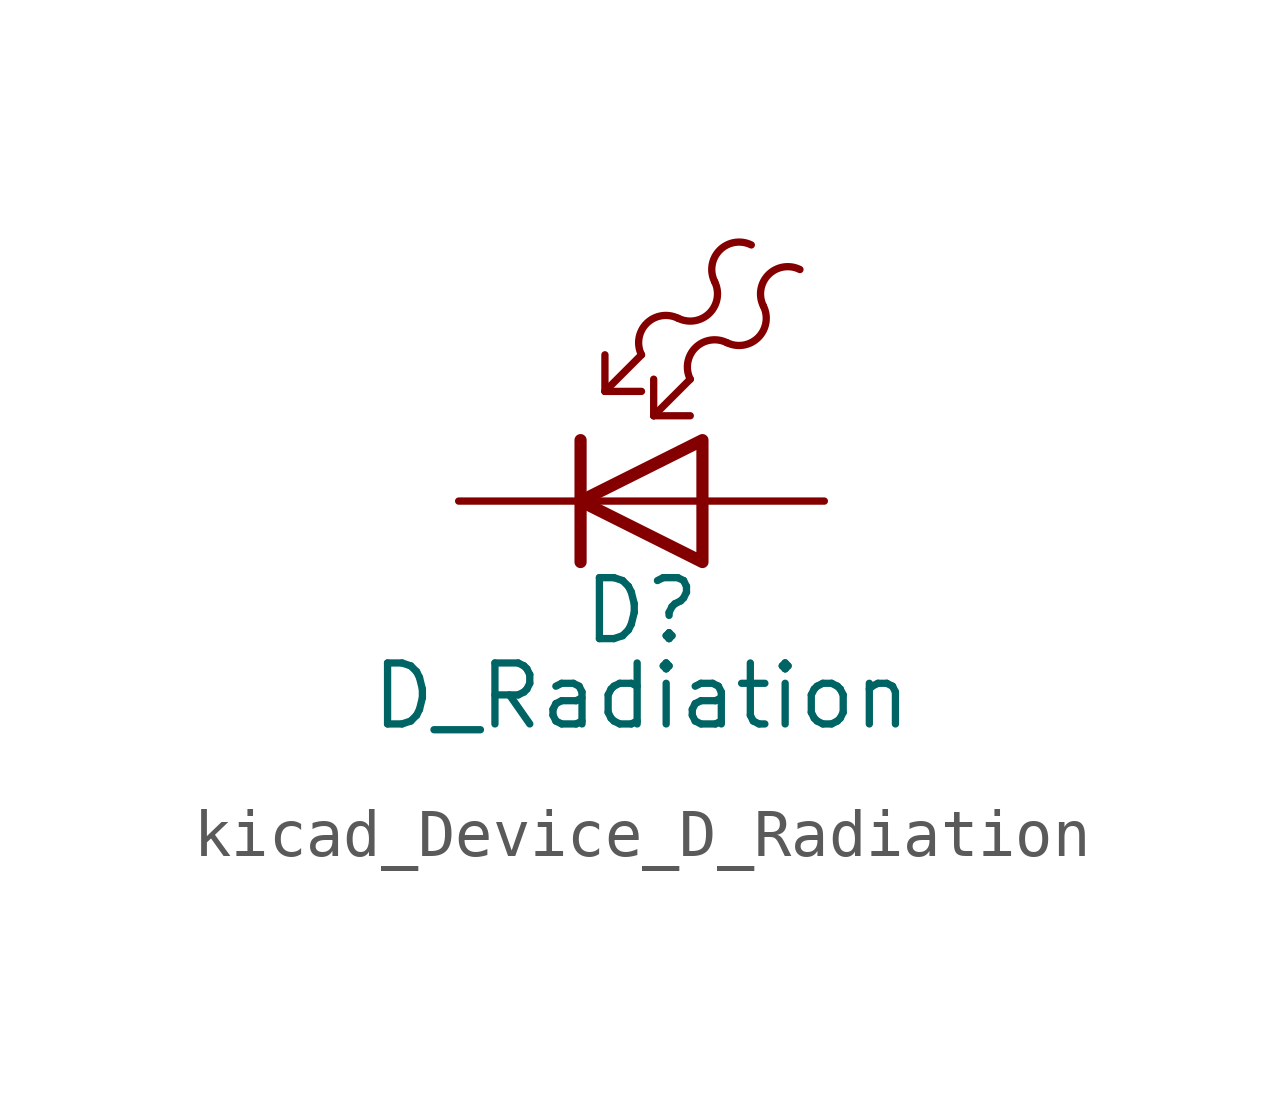
<source format=kicad_sym>
(kicad_symbol_lib
  (version 20220914)
  (generator kicad_symbol_editor)
  (symbol "kicad_Device_D_Radiation"
    (pin_numbers hide)
    (pin_names
      (offset 1.016) hide)
    (property "Reference" "D"
      (at -1.27 -2.286 0)
      (effects (font (size 1.27 1.27))))
    (property "Value" "D_Radiation"
      (at -1.27 -4.064 0)
      (effects (font (size 1.27 1.27))))
    (symbol "kicad_Device_D_Radiation_0_1"
      (arc (start -0.508 3.81) (mid -1.1636 3.7036) (end -1.27 3.048) (stroke (width 0) (type default)) (fill (type none)))
      (arc (start -0.508 3.81) (mid 0.1476 3.9164) (end 0.254 4.572) (stroke (width 0) (type default)) (fill (type none)))
      (polyline (pts (xy -2.54 1.27) (xy -2.54 -1.27)) (stroke (width 0.254) (type default)) (fill (type none)))
      (polyline (pts (xy -2.032 2.286) (xy -1.27 2.286)) (stroke (width 0) (type default)) (fill (type none)))
      (polyline (pts (xy -2.032 2.286) (xy -1.27 3.048)) (stroke (width 0) (type default)) (fill (type none)))
      (polyline (pts (xy -2.032 3.048) (xy -2.032 2.286)) (stroke (width 0) (type default)) (fill (type none)))
      (polyline (pts (xy -1.016 1.778) (xy -0.254 1.778)) (stroke (width 0) (type default)) (fill (type none)))
      (polyline (pts (xy -1.016 1.778) (xy -0.254 2.54)) (stroke (width 0) (type default)) (fill (type none)))
      (polyline (pts (xy -1.016 2.54) (xy -1.016 1.778)) (stroke (width 0) (type default)) (fill (type none)))
      (polyline (pts (xy 0 0) (xy -2.54 0)) (stroke (width 0) (type default)) (fill (type none)))
      (polyline (pts (xy 0 1.27) (xy 0 -1.27) (xy -2.54 0) (xy 0 1.27)) (stroke (width 0.254) (type default)) (fill (type none)))
      (arc (start 0.508 3.302) (mid -0.1476 3.1956) (end -0.254 2.54) (stroke (width 0) (type default)) (fill (type none)))
      (arc (start 0.508 3.302) (mid 1.1636 3.4084) (end 1.27 4.064) (stroke (width 0) (type default)) (fill (type none)))
      (arc (start 1.016 5.334) (mid 0.3604 5.2276) (end 0.254 4.572) (stroke (width 0) (type default)) (fill (type none)))
      (arc (start 2.032 4.826) (mid 1.3764 4.7196) (end 1.27 4.064) (stroke (width 0) (type default)) (fill (type none))))
    (symbol "kicad_Device_D_Radiation_1_1"
      (pin passive line (at -5.08 0 0) (length 2.54) (name "K" (effects (font (size 1.27 1.27)))) (number "1" (effects (font (size 1.27 1.27)))))
      (pin passive line (at 2.54 0 180) (length 2.54) (name "A" (effects (font (size 1.27 1.27)))) (number "2" (effects (font (size 1.27 1.27))))))))
</source>
